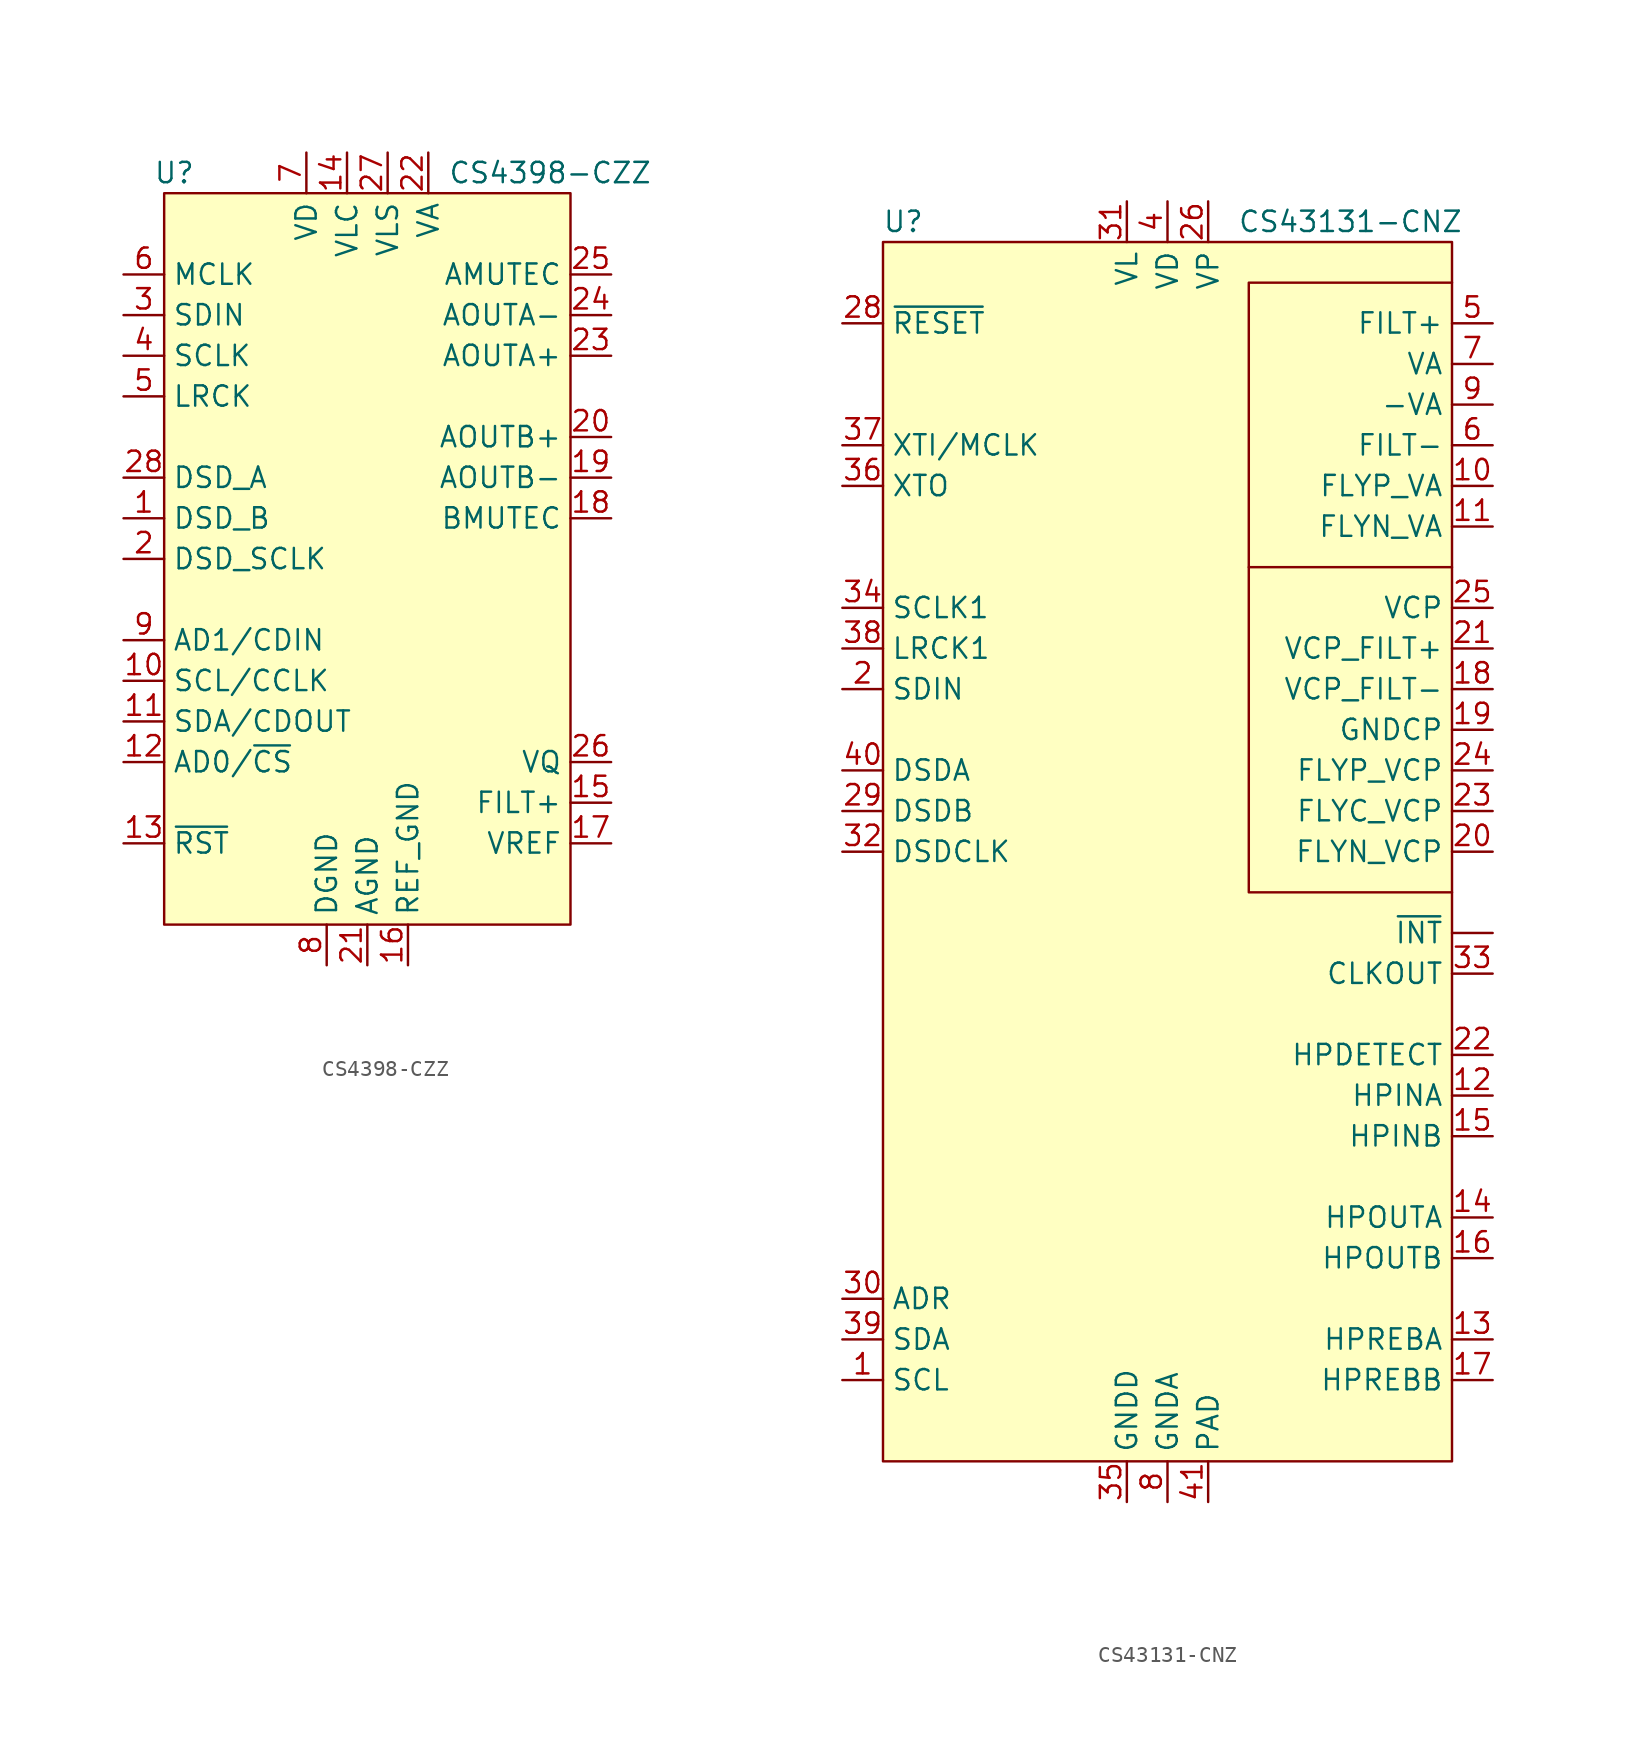
<source format=kicad_sym>
(kicad_symbol_lib
  (version 20241209)
  (generator "kicad_symbol_editor")
  (generator_version "9.0")
  (symbol "CS4398-CZZ"
    (property "Reference" "U"
      (at -12.065 24.13 0)
      (effects (font (size 1.27 1.27))))
    (property "Value" "CS4398-CZZ"
      (at 11.43 24.13 0)
      (effects (font (size 1.27 1.27))))
    (symbol "CS4398-CZZ_1_1"
      (rectangle (start -12.7 22.86) (end 12.7 -22.86) (stroke (width 0) (type default)) (fill (type background)))
      (pin input line (at -15.24 17.78 0) (length 2.54) (name "MCLK" (effects (font (size 1.27 1.27)))) (number "6" (effects (font (size 1.27 1.27)))))
      (pin input line (at -15.24 15.24 0) (length 2.54) (name "SDIN" (effects (font (size 1.27 1.27)))) (number "3" (effects (font (size 1.27 1.27)))))
      (pin input line (at -15.24 12.7 0) (length 2.54) (name "SCLK" (effects (font (size 1.27 1.27)))) (number "4" (effects (font (size 1.27 1.27)))))
      (pin input line (at -15.24 10.16 0) (length 2.54) (name "LRCK" (effects (font (size 1.27 1.27)))) (number "5" (effects (font (size 1.27 1.27)))))
      (pin input line (at -15.24 5.08 0) (length 2.54) (name "DSD_A" (effects (font (size 1.27 1.27)))) (number "28" (effects (font (size 1.27 1.27)))))
      (pin input line (at -15.24 2.54 0) (length 2.54) (name "DSD_B" (effects (font (size 1.27 1.27)))) (number "1" (effects (font (size 1.27 1.27)))))
      (pin input line (at -15.24 0 0) (length 2.54) (name "DSD_SCLK" (effects (font (size 1.27 1.27)))) (number "2" (effects (font (size 1.27 1.27)))))
      (pin input line (at -15.24 -5.08 0) (length 2.54) (name "AD1/CDIN" (effects (font (size 1.27 1.27)))) (number "9" (effects (font (size 1.27 1.27)))))
      (pin input line (at -15.24 -7.62 0) (length 2.54) (name "SCL/CCLK" (effects (font (size 1.27 1.27)))) (number "10" (effects (font (size 1.27 1.27)))))
      (pin bidirectional line (at -15.24 -10.16 0) (length 2.54) (name "SDA/CDOUT" (effects (font (size 1.27 1.27)))) (number "11" (effects (font (size 1.27 1.27)))))
      (pin input line (at -15.24 -12.7 0) (length 2.54) (name "AD0/~{CS}" (effects (font (size 1.27 1.27)))) (number "12" (effects (font (size 1.27 1.27)))))
      (pin input line (at -15.24 -17.78 0) (length 2.54) (name "~{RST}" (effects (font (size 1.27 1.27)))) (number "13" (effects (font (size 1.27 1.27)))))
      (pin power_in line (at -3.81 25.4 270) (length 2.54) (name "VD" (effects (font (size 1.27 1.27)))) (number "7" (effects (font (size 1.27 1.27)))))
      (pin power_in line (at -2.54 -25.4 90) (length 2.54) (name "DGND" (effects (font (size 1.27 1.27)))) (number "8" (effects (font (size 1.27 1.27)))))
      (pin power_in line (at -1.27 25.4 270) (length 2.54) (name "VLC" (effects (font (size 1.27 1.27)))) (number "14" (effects (font (size 1.27 1.27)))))
      (pin power_in line (at 0 -25.4 90) (length 2.54) (name "AGND" (effects (font (size 1.27 1.27)))) (number "21" (effects (font (size 1.27 1.27)))))
      (pin power_in line (at 1.27 25.4 270) (length 2.54) (name "VLS" (effects (font (size 1.27 1.27)))) (number "27" (effects (font (size 1.27 1.27)))))
      (pin power_in line (at 2.54 -25.4 90) (length 2.54) (name "REF_GND" (effects (font (size 1.27 1.27)))) (number "16" (effects (font (size 1.27 1.27)))))
      (pin power_in line (at 3.81 25.4 270) (length 2.54) (name "VA" (effects (font (size 1.27 1.27)))) (number "22" (effects (font (size 1.27 1.27)))))
      (pin output line (at 15.24 17.78 180) (length 2.54) (name "AMUTEC" (effects (font (size 1.27 1.27)))) (number "25" (effects (font (size 1.27 1.27)))))
      (pin output line (at 15.24 15.24 180) (length 2.54) (name "AOUTA-" (effects (font (size 1.27 1.27)))) (number "24" (effects (font (size 1.27 1.27)))))
      (pin output line (at 15.24 12.7 180) (length 2.54) (name "AOUTA+" (effects (font (size 1.27 1.27)))) (number "23" (effects (font (size 1.27 1.27)))))
      (pin output line (at 15.24 7.62 180) (length 2.54) (name "AOUTB+" (effects (font (size 1.27 1.27)))) (number "20" (effects (font (size 1.27 1.27)))))
      (pin output line (at 15.24 5.08 180) (length 2.54) (name "AOUTB-" (effects (font (size 1.27 1.27)))) (number "19" (effects (font (size 1.27 1.27)))))
      (pin output line (at 15.24 2.54 180) (length 2.54) (name "BMUTEC" (effects (font (size 1.27 1.27)))) (number "18" (effects (font (size 1.27 1.27)))))
      (pin output line (at 15.24 -12.7 180) (length 2.54) (name "VQ" (effects (font (size 1.27 1.27)))) (number "26" (effects (font (size 1.27 1.27)))))
      (pin output line (at 15.24 -15.24 180) (length 2.54) (name "FILT+" (effects (font (size 1.27 1.27)))) (number "15" (effects (font (size 1.27 1.27)))))
      (pin input line (at 15.24 -17.78 180) (length 2.54) (name "VREF" (effects (font (size 1.27 1.27)))) (number "17" (effects (font (size 1.27 1.27)))))))
  (symbol "CS43131-CNZ"
    (property "Reference" "U"
      (at -16.51 39.37 0)
      (effects (font (size 1.27 1.27))))
    (property "Value" "CS43131-CNZ"
      (at 11.43 39.37 0)
      (effects (font (size 1.27 1.27))))
    (symbol "CS43131-CNZ_1_1"
      (rectangle (start -17.78 38.1) (end 17.78 -38.1) (stroke (width 0) (type default)) (fill (type background)))
      (polyline (pts (xy 5.08 17.78) (xy 5.08 -2.54) (xy 17.78 -2.54)) (stroke (width 0) (type default)) (fill (type none)))
      (polyline (pts (xy 17.78 35.56) (xy 5.08 35.56) (xy 5.08 17.78) (xy 17.78 17.78)) (stroke (width 0) (type default)) (fill (type none)))
      (pin input line (at -20.32 33.02 0) (length 2.54) (name "~{RESET}" (effects (font (size 1.27 1.27)))) (number "28" (effects (font (size 1.27 1.27)))))
      (pin input line (at -20.32 25.4 0) (length 2.54) (name "XTI/MCLK" (effects (font (size 1.27 1.27)))) (number "37" (effects (font (size 1.27 1.27)))))
      (pin output line (at -20.32 22.86 0) (length 2.54) (name "XTO" (effects (font (size 1.27 1.27)))) (number "36" (effects (font (size 1.27 1.27)))))
      (pin bidirectional line (at -20.32 15.24 0) (length 2.54) (name "SCLK1" (effects (font (size 1.27 1.27)))) (number "34" (effects (font (size 1.27 1.27)))))
      (pin bidirectional line (at -20.32 12.7 0) (length 2.54) (name "LRCK1" (effects (font (size 1.27 1.27)))) (number "38" (effects (font (size 1.27 1.27)))))
      (pin input line (at -20.32 10.16 0) (length 2.54) (name "SDIN" (effects (font (size 1.27 1.27)))) (number "2" (effects (font (size 1.27 1.27)))))
      (pin input line (at -20.32 5.08 0) (length 2.54) (name "DSDA" (effects (font (size 1.27 1.27)))) (number "40" (effects (font (size 1.27 1.27)))) (alternate "DSDA" input line))
      (pin bidirectional line (at -20.32 2.54 0) (length 2.54) (name "DSDB" (effects (font (size 1.27 1.27)))) (number "29" (effects (font (size 1.27 1.27)))) (alternate "LRCK2" bidirectional line))
      (pin bidirectional line (at -20.32 0 0) (length 2.54) (name "DSDCLK" (effects (font (size 1.27 1.27)))) (number "32" (effects (font (size 1.27 1.27)))) (alternate "SCLK2" bidirectional line))
      (pin input line (at -20.32 -27.94 0) (length 2.54) (name "ADR" (effects (font (size 1.27 1.27)))) (number "30" (effects (font (size 1.27 1.27)))))
      (pin bidirectional line (at -20.32 -30.48 0) (length 2.54) (name "SDA" (effects (font (size 1.27 1.27)))) (number "39" (effects (font (size 1.27 1.27)))))
      (pin input line (at -20.32 -33.02 0) (length 2.54) (name "SCL" (effects (font (size 1.27 1.27)))) (number "1" (effects (font (size 1.27 1.27)))))
      (pin power_in line (at -2.54 40.64 270) (length 2.54) (name "VL" (effects (font (size 1.27 1.27)))) (number "31" (effects (font (size 1.27 1.27)))))
      (pin power_in line (at -2.54 -40.64 90) (length 2.54) (name "GNDD" (effects (font (size 1.27 1.27)))) (number "35" (effects (font (size 1.27 1.27)))))
      (pin power_in line (at 0 40.64 270) (length 2.54) (name "VD" (effects (font (size 1.27 1.27)))) (number "4" (effects (font (size 1.27 1.27)))))
      (pin power_in line (at 0 -40.64 90) (length 2.54) (name "GNDA" (effects (font (size 1.27 1.27)))) (number "8" (effects (font (size 1.27 1.27)))))
      (pin power_in line (at 2.54 40.64 270) (length 2.54) (name "VP" (effects (font (size 1.27 1.27)))) (number "26" (effects (font (size 1.27 1.27)))))
      (pin passive line (at 2.54 -40.64 90) (length 2.54) (name "PAD" (effects (font (size 1.27 1.27)))) (number "41" (effects (font (size 1.27 1.27)))))
      (pin output line (at 20.32 33.02 180) (length 2.54) (name "FILT+" (effects (font (size 1.27 1.27)))) (number "5" (effects (font (size 1.27 1.27)))))
      (pin power_in line (at 20.32 30.48 180) (length 2.54) (name "VA" (effects (font (size 1.27 1.27)))) (number "7" (effects (font (size 1.27 1.27)))))
      (pin power_out line (at 20.32 27.94 180) (length 2.54) (name "-VA" (effects (font (size 1.27 1.27)))) (number "9" (effects (font (size 1.27 1.27)))))
      (pin output line (at 20.32 25.4 180) (length 2.54) (name "FILT-" (effects (font (size 1.27 1.27)))) (number "6" (effects (font (size 1.27 1.27)))))
      (pin power_out line (at 20.32 22.86 180) (length 2.54) (name "FLYP_VA" (effects (font (size 1.27 1.27)))) (number "10" (effects (font (size 1.27 1.27)))))
      (pin power_out line (at 20.32 20.32 180) (length 2.54) (name "FLYN_VA" (effects (font (size 1.27 1.27)))) (number "11" (effects (font (size 1.27 1.27)))))
      (pin power_in line (at 20.32 15.24 180) (length 2.54) (name "VCP" (effects (font (size 1.27 1.27)))) (number "25" (effects (font (size 1.27 1.27)))))
      (pin bidirectional line (at 20.32 12.7 180) (length 2.54) (name "VCP_FILT+" (effects (font (size 1.27 1.27)))) (number "21" (effects (font (size 1.27 1.27)))))
      (pin bidirectional line (at 20.32 10.16 180) (length 2.54) (name "VCP_FILT-" (effects (font (size 1.27 1.27)))) (number "18" (effects (font (size 1.27 1.27)))))
      (pin power_in line (at 20.32 7.62 180) (length 2.54) (name "GNDCP" (effects (font (size 1.27 1.27)))) (number "19" (effects (font (size 1.27 1.27)))))
      (pin power_out line (at 20.32 5.08 180) (length 2.54) (name "FLYP_VCP" (effects (font (size 1.27 1.27)))) (number "24" (effects (font (size 1.27 1.27)))))
      (pin power_out line (at 20.32 2.54 180) (length 2.54) (name "FLYC_VCP" (effects (font (size 1.27 1.27)))) (number "23" (effects (font (size 1.27 1.27)))))
      (pin power_out line (at 20.32 0 180) (length 2.54) (name "FLYN_VCP" (effects (font (size 1.27 1.27)))) (number "20" (effects (font (size 1.27 1.27)))))
      (pin output line (at 20.32 -5.08 180) (length 2.54) (name "~{INT}" (effects (font (size 1.27 1.27)))) (number "" (effects (font (size 1.27 1.27)))))
      (pin output line (at 20.32 -7.62 180) (length 2.54) (name "CLKOUT" (effects (font (size 1.27 1.27)))) (number "33" (effects (font (size 1.27 1.27)))))
      (pin input line (at 20.32 -12.7 180) (length 2.54) (name "HPDETECT" (effects (font (size 1.27 1.27)))) (number "22" (effects (font (size 1.27 1.27)))))
      (pin input line (at 20.32 -15.24 180) (length 2.54) (name "HPINA" (effects (font (size 1.27 1.27)))) (number "12" (effects (font (size 1.27 1.27)))))
      (pin input line (at 20.32 -17.78 180) (length 2.54) (name "HPINB" (effects (font (size 1.27 1.27)))) (number "15" (effects (font (size 1.27 1.27)))))
      (pin output line (at 20.32 -22.86 180) (length 2.54) (name "HPOUTA" (effects (font (size 1.27 1.27)))) (number "14" (effects (font (size 1.27 1.27)))))
      (pin output line (at 20.32 -25.4 180) (length 2.54) (name "HPOUTB" (effects (font (size 1.27 1.27)))) (number "16" (effects (font (size 1.27 1.27)))))
      (pin input line (at 20.32 -30.48 180) (length 2.54) (name "HPREBA" (effects (font (size 1.27 1.27)))) (number "13" (effects (font (size 1.27 1.27)))))
      (pin input line (at 20.32 -33.02 180) (length 2.54) (name "HPREBB" (effects (font (size 1.27 1.27)))) (number "17" (effects (font (size 1.27 1.27))))))))
</source>
